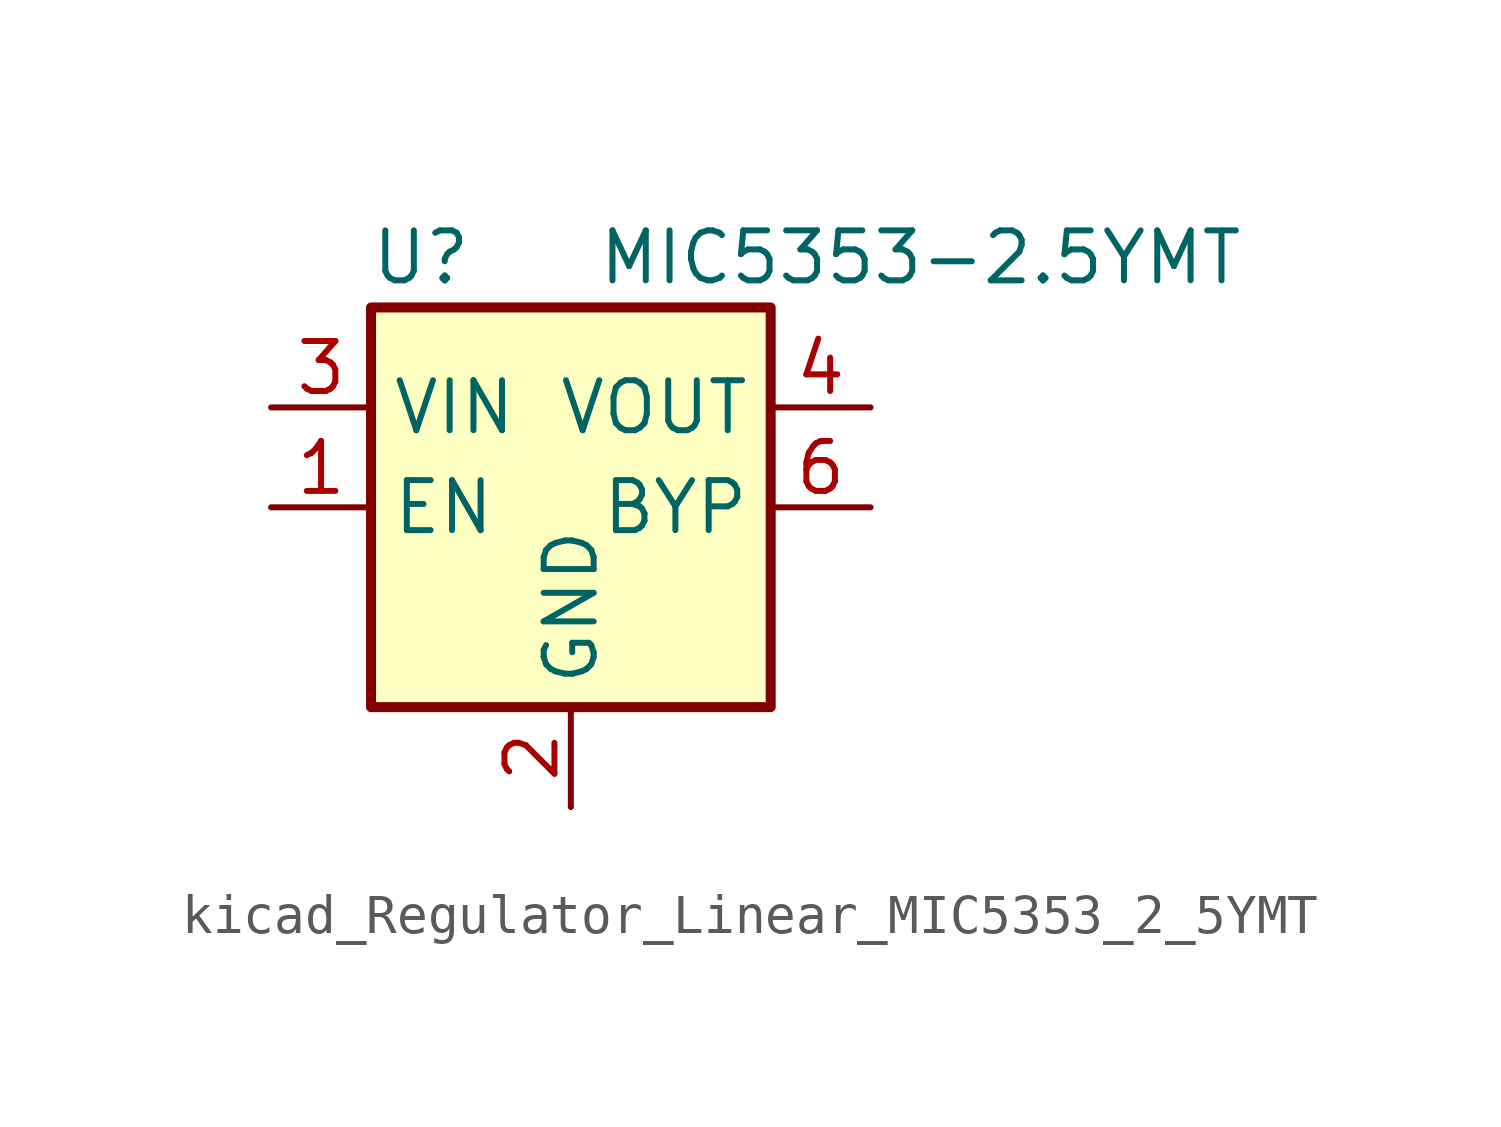
<source format=kicad_sym>
(kicad_symbol_lib
  (version 20220914)
  (generator kicad_symbol_editor)
  (symbol "kicad_Regulator_Linear_MIC5353_2_5YMT"
    (property "Reference" "U"
      (at -3.81 6.35 0)
      (effects (font (size 1.27 1.27))))
    (property "Value" "MIC5353-2.5YMT"
      (at 8.89 6.35 0)
      (effects (font (size 1.27 1.27))))
    (symbol "kicad_Regulator_Linear_MIC5353_2_5YMT_0_1"
      (rectangle (start -5.08 -5.08) (end 5.08 5.08) (stroke (width 0.254) (type default)) (fill (type background)))
      (pin input line (at -7.62 0 0) (length 2.54) (name "EN" (effects (font (size 1.27 1.27)))) (number "1" (effects (font (size 1.27 1.27)))))
      (pin power_in line (at 0 -7.62 90) (length 2.54) (name "GND" (effects (font (size 1.27 1.27)))) (number "2" (effects (font (size 1.27 1.27)))))
      (pin power_in line (at -7.62 2.54 0) (length 2.54) (name "VIN" (effects (font (size 1.27 1.27)))) (number "3" (effects (font (size 1.27 1.27)))))
      (pin power_out line (at 7.62 2.54 180) (length 2.54) (name "VOUT" (effects (font (size 1.27 1.27)))) (number "4" (effects (font (size 1.27 1.27)))))
      (pin no_connect line (at 5.08 -2.54 180) (length 2.54) hide (name "NC" (effects (font (size 1.27 1.27)))) (number "5" (effects (font (size 1.27 1.27)))))
      (pin passive line (at 7.62 0 180) (length 2.54) (name "BYP" (effects (font (size 1.27 1.27)))) (number "6" (effects (font (size 1.27 1.27)))))
      (pin passive line (at 0 -7.62 90) (length 2.54) hide (name "GND" (effects (font (size 1.27 1.27)))) (number "7" (effects (font (size 1.27 1.27))))))))
</source>
